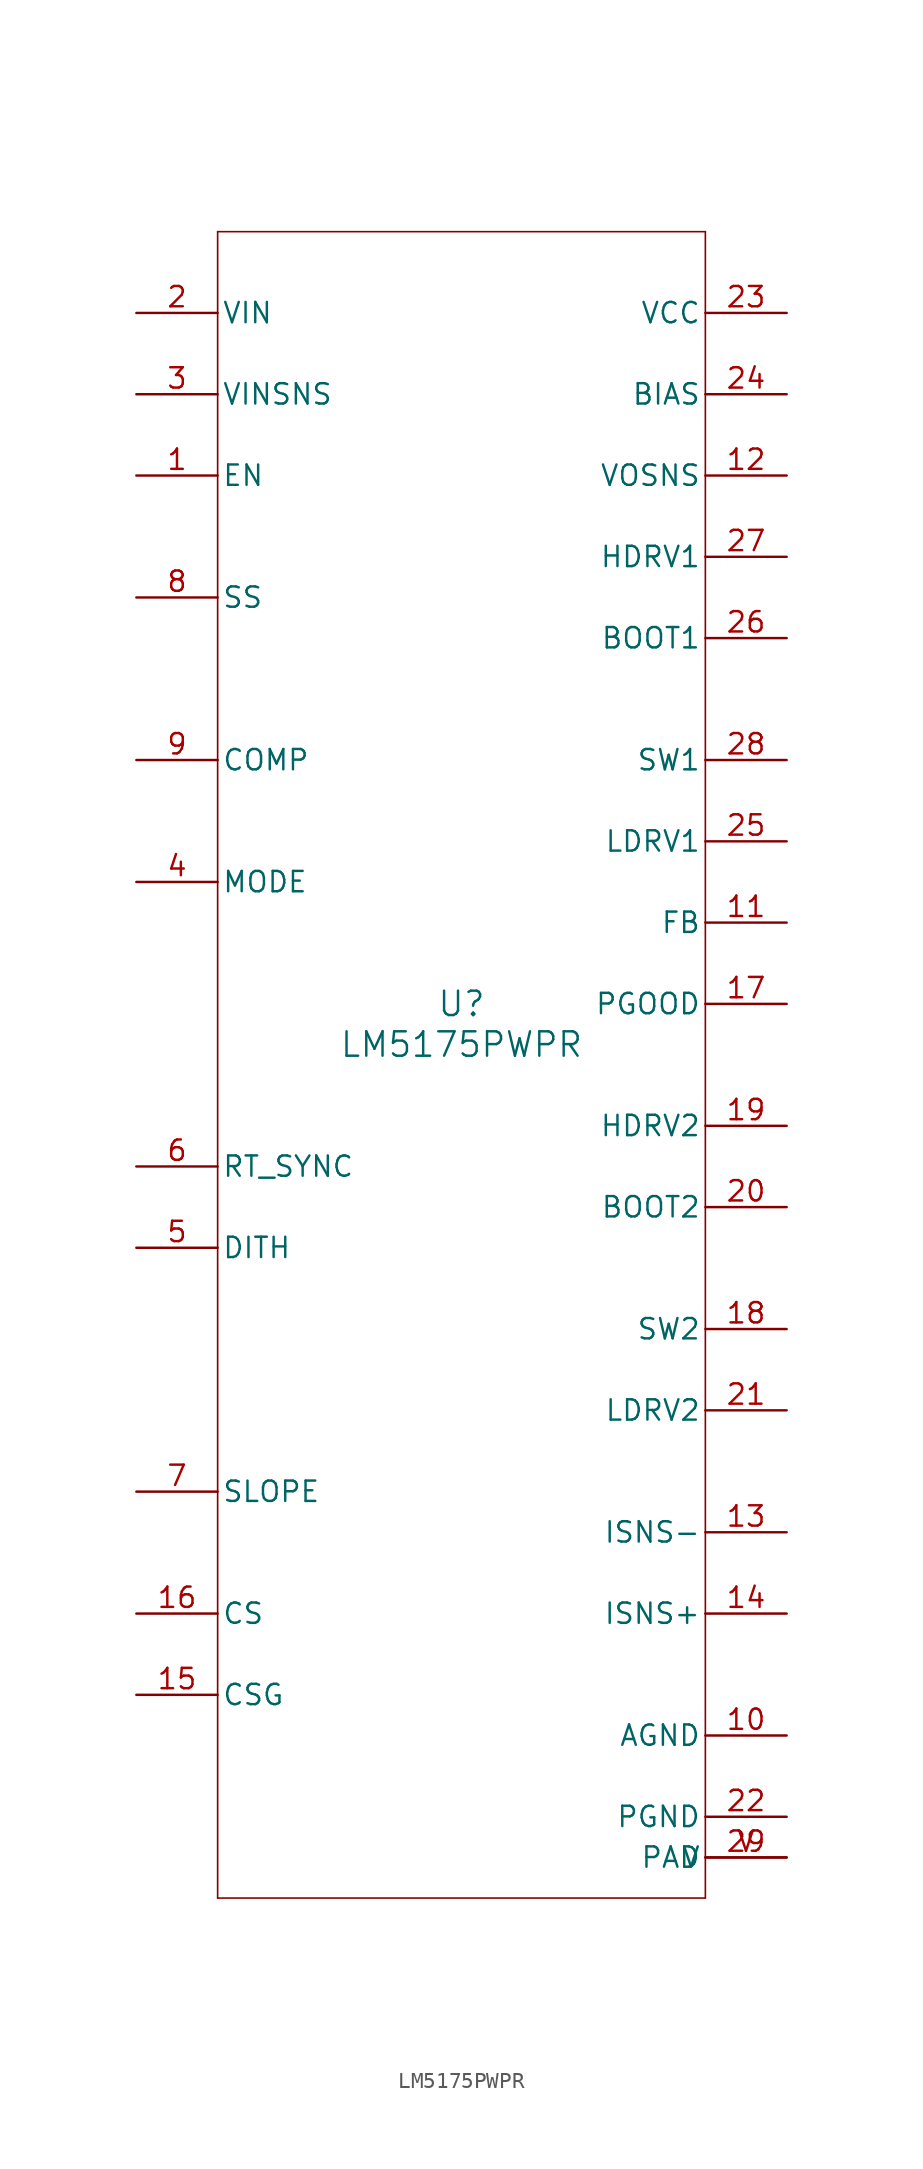
<source format=kicad_sym>
(kicad_symbol_lib
  (version 20241209)
  (generator "kicad_symbol_editor")
  (generator_version "9.0")
  (symbol "LM5175PWPR"
    (pin_names
      (offset 0.254))
    (property "Reference" "U"
      (at 0 2.54 0)
      (effects (font (size 1.524 1.524))))
    (property "Value" "LM5175PWPR"
      (at 0 0 0)
      (effects (font (size 1.524 1.524))))
    (symbol "LM5175PWPR_0_1"
      (polyline (pts (xy -15.24 50.8) (xy -15.24 -53.34)) (stroke (width 0.102) (type default)) (fill (type none)))
      (polyline (pts (xy -15.24 -53.34) (xy 15.24 -53.34)) (stroke (width 0.102) (type default)) (fill (type none)))
      (polyline (pts (xy 15.24 50.8) (xy -15.24 50.8)) (stroke (width 0.102) (type default)) (fill (type none)))
      (polyline (pts (xy 15.24 -53.34) (xy 15.24 50.8)) (stroke (width 0.102) (type default)) (fill (type none)))
      (pin passive line (at -20.32 45.72 0) (length 5.08) (name "VIN" (effects (font (size 1.27 1.27)))) (number "2" (effects (font (size 1.27 1.27)))))
      (pin input line (at -20.32 40.64 0) (length 5.08) (name "VINSNS" (effects (font (size 1.27 1.27)))) (number "3" (effects (font (size 1.27 1.27)))))
      (pin input line (at -20.32 35.56 0) (length 5.08) (name "EN" (effects (font (size 1.27 1.27)))) (number "1" (effects (font (size 1.27 1.27)))))
      (pin input line (at -20.32 27.94 0) (length 5.08) (name "SS" (effects (font (size 1.27 1.27)))) (number "8" (effects (font (size 1.27 1.27)))))
      (pin output line (at -20.32 17.78 0) (length 5.08) (name "COMP" (effects (font (size 1.27 1.27)))) (number "9" (effects (font (size 1.27 1.27)))))
      (pin input line (at -20.32 10.16 0) (length 5.08) (name "MODE" (effects (font (size 1.27 1.27)))) (number "4" (effects (font (size 1.27 1.27)))))
      (pin input line (at -20.32 -7.62 0) (length 5.08) (name "RT_SYNC" (effects (font (size 1.27 1.27)))) (number "6" (effects (font (size 1.27 1.27)))))
      (pin input line (at -20.32 -27.94 0) (length 5.08) (name "SLOPE" (effects (font (size 1.27 1.27)))) (number "7" (effects (font (size 1.27 1.27)))))
      (pin input line (at -20.32 -35.56 0) (length 5.08) (name "CS" (effects (font (size 1.27 1.27)))) (number "16" (effects (font (size 1.27 1.27)))))
      (pin input line (at -20.32 -40.64 0) (length 5.08) (name "CSG" (effects (font (size 1.27 1.27)))) (number "15" (effects (font (size 1.27 1.27)))))
      (pin passive line (at 20.32 45.72 180) (length 5.08) (name "VCC" (effects (font (size 1.27 1.27)))) (number "23" (effects (font (size 1.27 1.27)))))
      (pin power_in line (at 20.32 40.64 180) (length 5.08) (name "BIAS" (effects (font (size 1.27 1.27)))) (number "24" (effects (font (size 1.27 1.27)))))
      (pin input line (at 20.32 35.56 180) (length 5.08) (name "VOSNS" (effects (font (size 1.27 1.27)))) (number "12" (effects (font (size 1.27 1.27)))))
      (pin output line (at 20.32 30.48 180) (length 5.08) (name "HDRV1" (effects (font (size 1.27 1.27)))) (number "27" (effects (font (size 1.27 1.27)))))
      (pin passive line (at 20.32 25.4 180) (length 5.08) (name "BOOT1" (effects (font (size 1.27 1.27)))) (number "26" (effects (font (size 1.27 1.27)))))
      (pin passive line (at 20.32 17.78 180) (length 5.08) (name "SW1" (effects (font (size 1.27 1.27)))) (number "28" (effects (font (size 1.27 1.27)))))
      (pin output line (at 20.32 12.7 180) (length 5.08) (name "LDRV1" (effects (font (size 1.27 1.27)))) (number "25" (effects (font (size 1.27 1.27)))))
      (pin input line (at 20.32 7.62 180) (length 5.08) (name "FB" (effects (font (size 1.27 1.27)))) (number "11" (effects (font (size 1.27 1.27)))))
      (pin passive line (at 20.32 2.54 180) (length 5.08) (name "PGOOD" (effects (font (size 1.27 1.27)))) (number "17" (effects (font (size 1.27 1.27)))))
      (pin output line (at 20.32 -5.08 180) (length 5.08) (name "HDRV2" (effects (font (size 1.27 1.27)))) (number "19" (effects (font (size 1.27 1.27)))))
      (pin passive line (at 20.32 -10.16 180) (length 5.08) (name "BOOT2" (effects (font (size 1.27 1.27)))) (number "20" (effects (font (size 1.27 1.27)))))
      (pin passive line (at 20.32 -17.78 180) (length 5.08) (name "SW2" (effects (font (size 1.27 1.27)))) (number "18" (effects (font (size 1.27 1.27)))))
      (pin output line (at 20.32 -22.86 180) (length 5.08) (name "LDRV2" (effects (font (size 1.27 1.27)))) (number "21" (effects (font (size 1.27 1.27)))))
      (pin input line (at 20.32 -30.48 180) (length 5.08) (name "ISNS-" (effects (font (size 1.27 1.27)))) (number "13" (effects (font (size 1.27 1.27)))))
      (pin input line (at 20.32 -35.56 180) (length 5.08) (name "ISNS+" (effects (font (size 1.27 1.27)))) (number "14" (effects (font (size 1.27 1.27)))))
      (pin power_in line (at 20.32 -43.18 180) (length 5.08) (name "AGND" (effects (font (size 1.27 1.27)))) (number "10" (effects (font (size 1.27 1.27)))))
      (pin power_in line (at 20.32 -48.26 180) (length 5.08) (name "PGND" (effects (font (size 1.27 1.27)))) (number "22" (effects (font (size 1.27 1.27)))))
      (pin power_in line (at 20.32 -50.8 180) (length 5.08) (name "PAD" (effects (font (size 1.27 1.27)))) (number "29" (effects (font (size 1.27 1.27))))))
    (symbol "LM5175PWPR_1_1"
      (pin passive line (at -20.32 -12.7 0) (length 5.08) (name "DITH" (effects (font (size 1.27 1.27)))) (number "5" (effects (font (size 1.27 1.27)))))
      (pin power_in line (at 20.32 -50.8 180) (length 5.08) (name "V" (effects (font (size 1.27 1.27)))) (number "V" (effects (font (size 1.27 1.27))))))))
</source>
